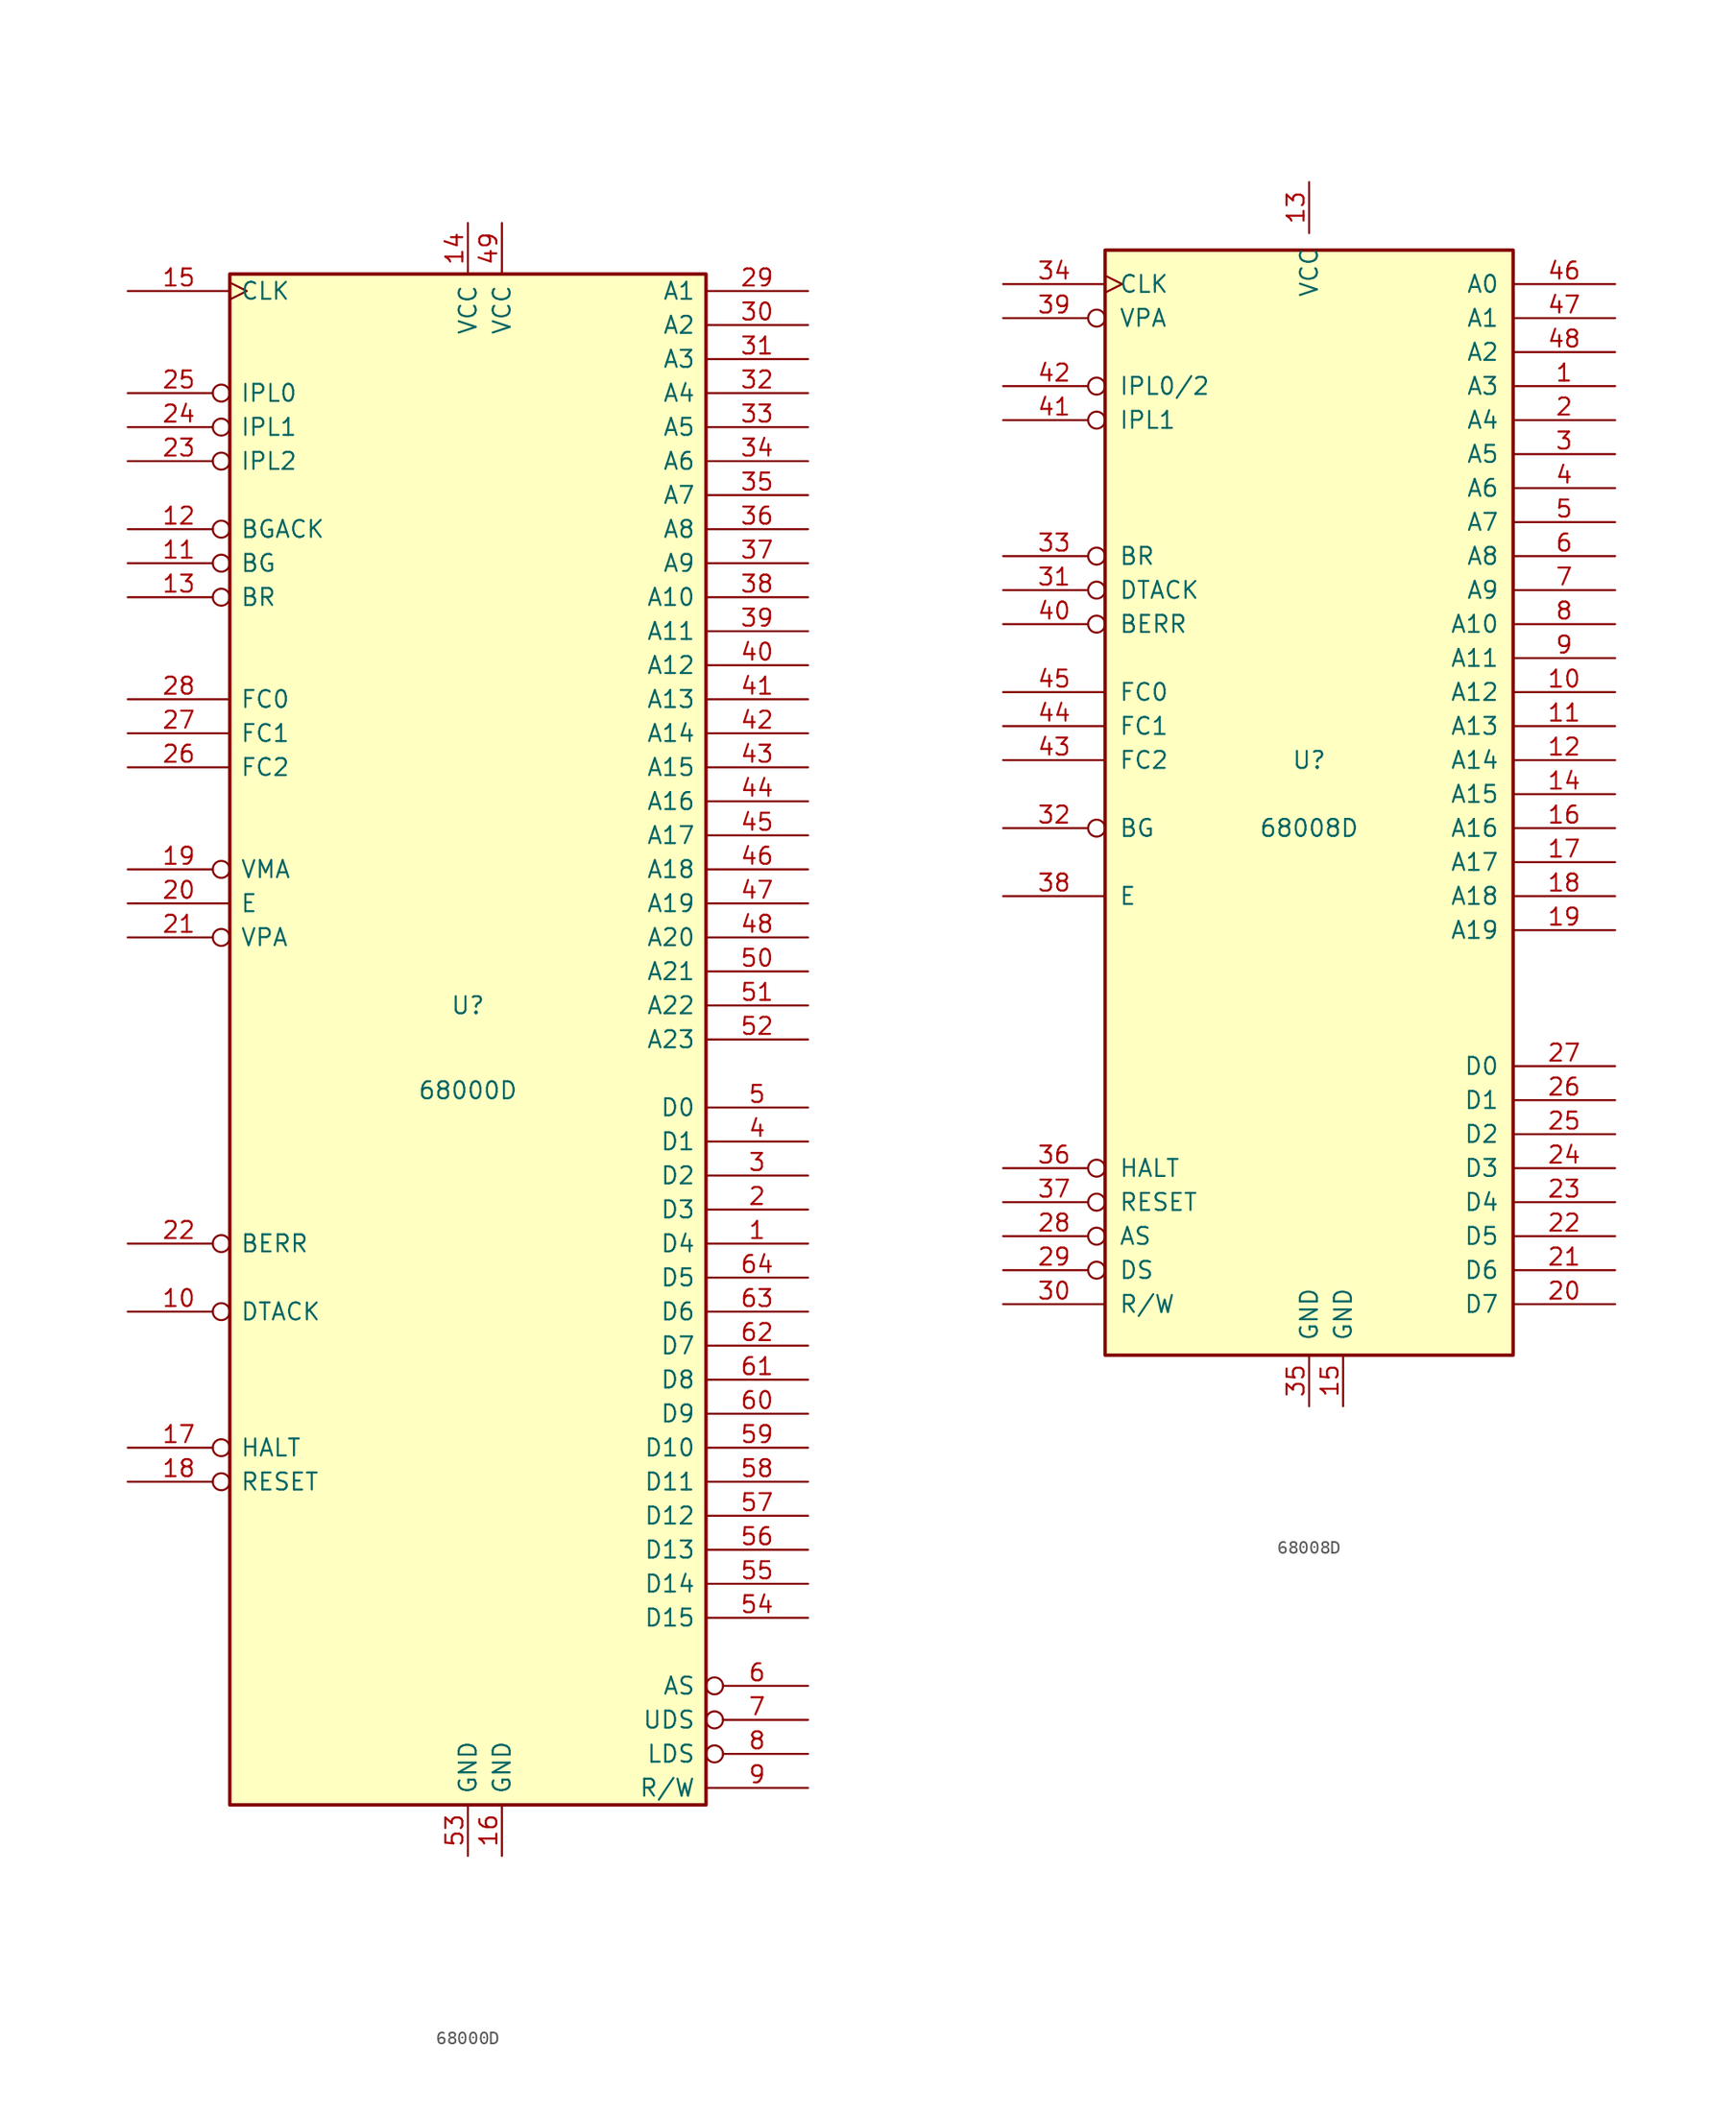
<source format=kicad_sym>
(kicad_symbol_lib
  (version 20201005)
  (generator kicad_symbol_editor)
  (symbol "CPU_NXP_68000:68000D"
    (pin_names
      (offset 0.762))
    (property "Reference" "U"
      (at 0 2.54 0)
      (effects (font (size 1.27 1.27))))
    (property "Value" "68000D"
      (at 0 -3.81 0)
      (effects (font (size 1.27 1.27))))
    (symbol "68000D_0_1"
      (rectangle (start -17.78 57.15) (end 17.78 -57.15) (stroke (width 0.254)) (fill (type background))))
    (symbol "68000D_1_1"
      (pin bidirectional line (at 25.4 -15.24 180) (length 7.62) (name "D4" (effects (font (size 1.27 1.27)))) (number "1" (effects (font (size 1.27 1.27)))))
      (pin input inverted (at -25.4 -20.32 0) (length 7.62) (name "DTACK" (effects (font (size 1.27 1.27)))) (number "10" (effects (font (size 1.27 1.27)))))
      (pin output inverted (at -25.4 35.56 0) (length 7.62) (name "BG" (effects (font (size 1.27 1.27)))) (number "11" (effects (font (size 1.27 1.27)))))
      (pin input inverted (at -25.4 38.1 0) (length 7.62) (name "BGACK" (effects (font (size 1.27 1.27)))) (number "12" (effects (font (size 1.27 1.27)))))
      (pin input inverted (at -25.4 33.02 0) (length 7.62) (name "BR" (effects (font (size 1.27 1.27)))) (number "13" (effects (font (size 1.27 1.27)))))
      (pin power_in line (at 0 60.96 270) (length 3.81) (name "VCC" (effects (font (size 1.27 1.27)))) (number "14" (effects (font (size 1.27 1.27)))))
      (pin input clock (at -25.4 55.88 0) (length 7.62) (name "CLK" (effects (font (size 1.27 1.27)))) (number "15" (effects (font (size 1.27 1.27)))))
      (pin power_in line (at 2.54 -60.96 90) (length 3.81) (name "GND" (effects (font (size 1.27 1.27)))) (number "16" (effects (font (size 1.27 1.27)))))
      (pin bidirectional inverted (at -25.4 -30.48 0) (length 7.62) (name "HALT" (effects (font (size 1.27 1.27)))) (number "17" (effects (font (size 1.27 1.27)))))
      (pin bidirectional inverted (at -25.4 -33.02 0) (length 7.62) (name "RESET" (effects (font (size 1.27 1.27)))) (number "18" (effects (font (size 1.27 1.27)))))
      (pin output inverted (at -25.4 12.7 0) (length 7.62) (name "VMA" (effects (font (size 1.27 1.27)))) (number "19" (effects (font (size 1.27 1.27)))))
      (pin bidirectional line (at 25.4 -12.7 180) (length 7.62) (name "D3" (effects (font (size 1.27 1.27)))) (number "2" (effects (font (size 1.27 1.27)))))
      (pin output line (at -25.4 10.16 0) (length 7.62) (name "E" (effects (font (size 1.27 1.27)))) (number "20" (effects (font (size 1.27 1.27)))))
      (pin input inverted (at -25.4 7.62 0) (length 7.62) (name "VPA" (effects (font (size 1.27 1.27)))) (number "21" (effects (font (size 1.27 1.27)))))
      (pin input inverted (at -25.4 -15.24 0) (length 7.62) (name "BERR" (effects (font (size 1.27 1.27)))) (number "22" (effects (font (size 1.27 1.27)))))
      (pin input inverted (at -25.4 43.18 0) (length 7.62) (name "IPL2" (effects (font (size 1.27 1.27)))) (number "23" (effects (font (size 1.27 1.27)))))
      (pin input inverted (at -25.4 45.72 0) (length 7.62) (name "IPL1" (effects (font (size 1.27 1.27)))) (number "24" (effects (font (size 1.27 1.27)))))
      (pin input inverted (at -25.4 48.26 0) (length 7.62) (name "IPL0" (effects (font (size 1.27 1.27)))) (number "25" (effects (font (size 1.27 1.27)))))
      (pin output line (at -25.4 20.32 0) (length 7.62) (name "FC2" (effects (font (size 1.27 1.27)))) (number "26" (effects (font (size 1.27 1.27)))))
      (pin output line (at -25.4 22.86 0) (length 7.62) (name "FC1" (effects (font (size 1.27 1.27)))) (number "27" (effects (font (size 1.27 1.27)))))
      (pin output line (at -25.4 25.4 0) (length 7.62) (name "FC0" (effects (font (size 1.27 1.27)))) (number "28" (effects (font (size 1.27 1.27)))))
      (pin output line (at 25.4 55.88 180) (length 7.62) (name "A1" (effects (font (size 1.27 1.27)))) (number "29" (effects (font (size 1.27 1.27)))))
      (pin bidirectional line (at 25.4 -10.16 180) (length 7.62) (name "D2" (effects (font (size 1.27 1.27)))) (number "3" (effects (font (size 1.27 1.27)))))
      (pin output line (at 25.4 53.34 180) (length 7.62) (name "A2" (effects (font (size 1.27 1.27)))) (number "30" (effects (font (size 1.27 1.27)))))
      (pin output line (at 25.4 50.8 180) (length 7.62) (name "A3" (effects (font (size 1.27 1.27)))) (number "31" (effects (font (size 1.27 1.27)))))
      (pin output line (at 25.4 48.26 180) (length 7.62) (name "A4" (effects (font (size 1.27 1.27)))) (number "32" (effects (font (size 1.27 1.27)))))
      (pin output line (at 25.4 45.72 180) (length 7.62) (name "A5" (effects (font (size 1.27 1.27)))) (number "33" (effects (font (size 1.27 1.27)))))
      (pin output line (at 25.4 43.18 180) (length 7.62) (name "A6" (effects (font (size 1.27 1.27)))) (number "34" (effects (font (size 1.27 1.27)))))
      (pin output line (at 25.4 40.64 180) (length 7.62) (name "A7" (effects (font (size 1.27 1.27)))) (number "35" (effects (font (size 1.27 1.27)))))
      (pin output line (at 25.4 38.1 180) (length 7.62) (name "A8" (effects (font (size 1.27 1.27)))) (number "36" (effects (font (size 1.27 1.27)))))
      (pin output line (at 25.4 35.56 180) (length 7.62) (name "A9" (effects (font (size 1.27 1.27)))) (number "37" (effects (font (size 1.27 1.27)))))
      (pin output line (at 25.4 33.02 180) (length 7.62) (name "A10" (effects (font (size 1.27 1.27)))) (number "38" (effects (font (size 1.27 1.27)))))
      (pin output line (at 25.4 30.48 180) (length 7.62) (name "A11" (effects (font (size 1.27 1.27)))) (number "39" (effects (font (size 1.27 1.27)))))
      (pin bidirectional line (at 25.4 -7.62 180) (length 7.62) (name "D1" (effects (font (size 1.27 1.27)))) (number "4" (effects (font (size 1.27 1.27)))))
      (pin output line (at 25.4 27.94 180) (length 7.62) (name "A12" (effects (font (size 1.27 1.27)))) (number "40" (effects (font (size 1.27 1.27)))))
      (pin output line (at 25.4 25.4 180) (length 7.62) (name "A13" (effects (font (size 1.27 1.27)))) (number "41" (effects (font (size 1.27 1.27)))))
      (pin output line (at 25.4 22.86 180) (length 7.62) (name "A14" (effects (font (size 1.27 1.27)))) (number "42" (effects (font (size 1.27 1.27)))))
      (pin output line (at 25.4 20.32 180) (length 7.62) (name "A15" (effects (font (size 1.27 1.27)))) (number "43" (effects (font (size 1.27 1.27)))))
      (pin output line (at 25.4 17.78 180) (length 7.62) (name "A16" (effects (font (size 1.27 1.27)))) (number "44" (effects (font (size 1.27 1.27)))))
      (pin output line (at 25.4 15.24 180) (length 7.62) (name "A17" (effects (font (size 1.27 1.27)))) (number "45" (effects (font (size 1.27 1.27)))))
      (pin output line (at 25.4 12.7 180) (length 7.62) (name "A18" (effects (font (size 1.27 1.27)))) (number "46" (effects (font (size 1.27 1.27)))))
      (pin output line (at 25.4 10.16 180) (length 7.62) (name "A19" (effects (font (size 1.27 1.27)))) (number "47" (effects (font (size 1.27 1.27)))))
      (pin output line (at 25.4 7.62 180) (length 7.62) (name "A20" (effects (font (size 1.27 1.27)))) (number "48" (effects (font (size 1.27 1.27)))))
      (pin power_in line (at 2.54 60.96 270) (length 3.81) (name "VCC" (effects (font (size 1.27 1.27)))) (number "49" (effects (font (size 1.27 1.27)))))
      (pin bidirectional line (at 25.4 -5.08 180) (length 7.62) (name "D0" (effects (font (size 1.27 1.27)))) (number "5" (effects (font (size 1.27 1.27)))))
      (pin output line (at 25.4 5.08 180) (length 7.62) (name "A21" (effects (font (size 1.27 1.27)))) (number "50" (effects (font (size 1.27 1.27)))))
      (pin output line (at 25.4 2.54 180) (length 7.62) (name "A22" (effects (font (size 1.27 1.27)))) (number "51" (effects (font (size 1.27 1.27)))))
      (pin output line (at 25.4 0 180) (length 7.62) (name "A23" (effects (font (size 1.27 1.27)))) (number "52" (effects (font (size 1.27 1.27)))))
      (pin power_in line (at 0 -60.96 90) (length 3.81) (name "GND" (effects (font (size 1.27 1.27)))) (number "53" (effects (font (size 1.27 1.27)))))
      (pin bidirectional line (at 25.4 -43.18 180) (length 7.62) (name "D15" (effects (font (size 1.27 1.27)))) (number "54" (effects (font (size 1.27 1.27)))))
      (pin bidirectional line (at 25.4 -40.64 180) (length 7.62) (name "D14" (effects (font (size 1.27 1.27)))) (number "55" (effects (font (size 1.27 1.27)))))
      (pin bidirectional line (at 25.4 -38.1 180) (length 7.62) (name "D13" (effects (font (size 1.27 1.27)))) (number "56" (effects (font (size 1.27 1.27)))))
      (pin bidirectional line (at 25.4 -35.56 180) (length 7.62) (name "D12" (effects (font (size 1.27 1.27)))) (number "57" (effects (font (size 1.27 1.27)))))
      (pin bidirectional line (at 25.4 -33.02 180) (length 7.62) (name "D11" (effects (font (size 1.27 1.27)))) (number "58" (effects (font (size 1.27 1.27)))))
      (pin bidirectional line (at 25.4 -30.48 180) (length 7.62) (name "D10" (effects (font (size 1.27 1.27)))) (number "59" (effects (font (size 1.27 1.27)))))
      (pin output inverted (at 25.4 -48.26 180) (length 7.62) (name "AS" (effects (font (size 1.27 1.27)))) (number "6" (effects (font (size 1.27 1.27)))))
      (pin bidirectional line (at 25.4 -27.94 180) (length 7.62) (name "D9" (effects (font (size 1.27 1.27)))) (number "60" (effects (font (size 1.27 1.27)))))
      (pin bidirectional line (at 25.4 -25.4 180) (length 7.62) (name "D8" (effects (font (size 1.27 1.27)))) (number "61" (effects (font (size 1.27 1.27)))))
      (pin bidirectional line (at 25.4 -22.86 180) (length 7.62) (name "D7" (effects (font (size 1.27 1.27)))) (number "62" (effects (font (size 1.27 1.27)))))
      (pin bidirectional line (at 25.4 -20.32 180) (length 7.62) (name "D6" (effects (font (size 1.27 1.27)))) (number "63" (effects (font (size 1.27 1.27)))))
      (pin bidirectional line (at 25.4 -17.78 180) (length 7.62) (name "D5" (effects (font (size 1.27 1.27)))) (number "64" (effects (font (size 1.27 1.27)))))
      (pin output inverted (at 25.4 -50.8 180) (length 7.62) (name "UDS" (effects (font (size 1.27 1.27)))) (number "7" (effects (font (size 1.27 1.27)))))
      (pin output inverted (at 25.4 -53.34 180) (length 7.62) (name "LDS" (effects (font (size 1.27 1.27)))) (number "8" (effects (font (size 1.27 1.27)))))
      (pin output line (at 25.4 -55.88 180) (length 7.62) (name "R/W" (effects (font (size 1.27 1.27)))) (number "9" (effects (font (size 1.27 1.27)))))))
  (symbol "CPU_NXP_68000:68008D"
    (pin_names
      (offset 1.016))
    (property "Reference" "U"
      (at 0 2.54 0)
      (effects (font (size 1.27 1.27))))
    (property "Value" "68008D"
      (at 0 -2.54 0)
      (effects (font (size 1.27 1.27))))
    (symbol "68008D_0_1"
      (rectangle (start -15.24 -41.91) (end 15.24 40.64) (stroke (width 0.254)) (fill (type background))))
    (symbol "68008D_1_1"
      (pin tri_state line (at 22.86 30.48 180) (length 7.62) (name "A3" (effects (font (size 1.27 1.27)))) (number "1" (effects (font (size 1.27 1.27)))))
      (pin tri_state line (at 22.86 7.62 180) (length 7.62) (name "A12" (effects (font (size 1.27 1.27)))) (number "10" (effects (font (size 1.27 1.27)))))
      (pin tri_state line (at 22.86 5.08 180) (length 7.62) (name "A13" (effects (font (size 1.27 1.27)))) (number "11" (effects (font (size 1.27 1.27)))))
      (pin tri_state line (at 22.86 2.54 180) (length 7.62) (name "A14" (effects (font (size 1.27 1.27)))) (number "12" (effects (font (size 1.27 1.27)))))
      (pin power_in line (at 0 45.72 270) (length 3.81) (name "VCC" (effects (font (size 1.27 1.27)))) (number "13" (effects (font (size 1.27 1.27)))))
      (pin tri_state line (at 22.86 0 180) (length 7.62) (name "A15" (effects (font (size 1.27 1.27)))) (number "14" (effects (font (size 1.27 1.27)))))
      (pin power_in line (at 2.54 -45.72 90) (length 3.81) (name "GND" (effects (font (size 1.27 1.27)))) (number "15" (effects (font (size 1.27 1.27)))))
      (pin tri_state line (at 22.86 -2.54 180) (length 7.62) (name "A16" (effects (font (size 1.27 1.27)))) (number "16" (effects (font (size 1.27 1.27)))))
      (pin tri_state line (at 22.86 -5.08 180) (length 7.62) (name "A17" (effects (font (size 1.27 1.27)))) (number "17" (effects (font (size 1.27 1.27)))))
      (pin tri_state line (at 22.86 -7.62 180) (length 7.62) (name "A18" (effects (font (size 1.27 1.27)))) (number "18" (effects (font (size 1.27 1.27)))))
      (pin tri_state line (at 22.86 -10.16 180) (length 7.62) (name "A19" (effects (font (size 1.27 1.27)))) (number "19" (effects (font (size 1.27 1.27)))))
      (pin tri_state line (at 22.86 27.94 180) (length 7.62) (name "A4" (effects (font (size 1.27 1.27)))) (number "2" (effects (font (size 1.27 1.27)))))
      (pin tri_state line (at 22.86 -38.1 180) (length 7.62) (name "D7" (effects (font (size 1.27 1.27)))) (number "20" (effects (font (size 1.27 1.27)))))
      (pin tri_state line (at 22.86 -35.56 180) (length 7.62) (name "D6" (effects (font (size 1.27 1.27)))) (number "21" (effects (font (size 1.27 1.27)))))
      (pin tri_state line (at 22.86 -33.02 180) (length 7.62) (name "D5" (effects (font (size 1.27 1.27)))) (number "22" (effects (font (size 1.27 1.27)))))
      (pin tri_state line (at 22.86 -30.48 180) (length 7.62) (name "D4" (effects (font (size 1.27 1.27)))) (number "23" (effects (font (size 1.27 1.27)))))
      (pin tri_state line (at 22.86 -27.94 180) (length 7.62) (name "D3" (effects (font (size 1.27 1.27)))) (number "24" (effects (font (size 1.27 1.27)))))
      (pin tri_state line (at 22.86 -25.4 180) (length 7.62) (name "D2" (effects (font (size 1.27 1.27)))) (number "25" (effects (font (size 1.27 1.27)))))
      (pin tri_state line (at 22.86 -22.86 180) (length 7.62) (name "D1" (effects (font (size 1.27 1.27)))) (number "26" (effects (font (size 1.27 1.27)))))
      (pin tri_state line (at 22.86 -20.32 180) (length 7.62) (name "D0" (effects (font (size 1.27 1.27)))) (number "27" (effects (font (size 1.27 1.27)))))
      (pin tri_state inverted (at -22.86 -33.02 0) (length 7.62) (name "AS" (effects (font (size 1.27 1.27)))) (number "28" (effects (font (size 1.27 1.27)))))
      (pin tri_state inverted (at -22.86 -35.56 0) (length 7.62) (name "DS" (effects (font (size 1.27 1.27)))) (number "29" (effects (font (size 1.27 1.27)))))
      (pin tri_state line (at 22.86 25.4 180) (length 7.62) (name "A5" (effects (font (size 1.27 1.27)))) (number "3" (effects (font (size 1.27 1.27)))))
      (pin tri_state line (at -22.86 -38.1 0) (length 7.62) (name "R/W" (effects (font (size 1.27 1.27)))) (number "30" (effects (font (size 1.27 1.27)))))
      (pin input inverted (at -22.86 15.24 0) (length 7.62) (name "DTACK" (effects (font (size 1.27 1.27)))) (number "31" (effects (font (size 1.27 1.27)))))
      (pin output inverted (at -22.86 -2.54 0) (length 7.62) (name "BG" (effects (font (size 1.27 1.27)))) (number "32" (effects (font (size 1.27 1.27)))))
      (pin input inverted (at -22.86 17.78 0) (length 7.62) (name "BR" (effects (font (size 1.27 1.27)))) (number "33" (effects (font (size 1.27 1.27)))))
      (pin input clock (at -22.86 38.1 0) (length 7.62) (name "CLK" (effects (font (size 1.27 1.27)))) (number "34" (effects (font (size 1.27 1.27)))))
      (pin power_in line (at 0 -45.72 90) (length 3.81) (name "GND" (effects (font (size 1.27 1.27)))) (number "35" (effects (font (size 1.27 1.27)))))
      (pin bidirectional inverted (at -22.86 -27.94 0) (length 7.62) (name "HALT" (effects (font (size 1.27 1.27)))) (number "36" (effects (font (size 1.27 1.27)))))
      (pin bidirectional inverted (at -22.86 -30.48 0) (length 7.62) (name "RESET" (effects (font (size 1.27 1.27)))) (number "37" (effects (font (size 1.27 1.27)))))
      (pin output line (at -22.86 -7.62 0) (length 7.62) (name "E" (effects (font (size 1.27 1.27)))) (number "38" (effects (font (size 1.27 1.27)))))
      (pin input inverted (at -22.86 35.56 0) (length 7.62) (name "VPA" (effects (font (size 1.27 1.27)))) (number "39" (effects (font (size 1.27 1.27)))))
      (pin tri_state line (at 22.86 22.86 180) (length 7.62) (name "A6" (effects (font (size 1.27 1.27)))) (number "4" (effects (font (size 1.27 1.27)))))
      (pin input inverted (at -22.86 12.7 0) (length 7.62) (name "BERR" (effects (font (size 1.27 1.27)))) (number "40" (effects (font (size 1.27 1.27)))))
      (pin input inverted (at -22.86 27.94 0) (length 7.62) (name "IPL1" (effects (font (size 1.27 1.27)))) (number "41" (effects (font (size 1.27 1.27)))))
      (pin input inverted (at -22.86 30.48 0) (length 7.62) (name "IPL0/2" (effects (font (size 1.27 1.27)))) (number "42" (effects (font (size 1.27 1.27)))))
      (pin output line (at -22.86 2.54 0) (length 7.62) (name "FC2" (effects (font (size 1.27 1.27)))) (number "43" (effects (font (size 1.27 1.27)))))
      (pin output line (at -22.86 5.08 0) (length 7.62) (name "FC1" (effects (font (size 1.27 1.27)))) (number "44" (effects (font (size 1.27 1.27)))))
      (pin output line (at -22.86 7.62 0) (length 7.62) (name "FC0" (effects (font (size 1.27 1.27)))) (number "45" (effects (font (size 1.27 1.27)))))
      (pin tri_state line (at 22.86 38.1 180) (length 7.62) (name "A0" (effects (font (size 1.27 1.27)))) (number "46" (effects (font (size 1.27 1.27)))))
      (pin tri_state line (at 22.86 35.56 180) (length 7.62) (name "A1" (effects (font (size 1.27 1.27)))) (number "47" (effects (font (size 1.27 1.27)))))
      (pin tri_state line (at 22.86 33.02 180) (length 7.62) (name "A2" (effects (font (size 1.27 1.27)))) (number "48" (effects (font (size 1.27 1.27)))))
      (pin tri_state line (at 22.86 20.32 180) (length 7.62) (name "A7" (effects (font (size 1.27 1.27)))) (number "5" (effects (font (size 1.27 1.27)))))
      (pin tri_state line (at 22.86 17.78 180) (length 7.62) (name "A8" (effects (font (size 1.27 1.27)))) (number "6" (effects (font (size 1.27 1.27)))))
      (pin tri_state line (at 22.86 15.24 180) (length 7.62) (name "A9" (effects (font (size 1.27 1.27)))) (number "7" (effects (font (size 1.27 1.27)))))
      (pin tri_state line (at 22.86 12.7 180) (length 7.62) (name "A10" (effects (font (size 1.27 1.27)))) (number "8" (effects (font (size 1.27 1.27)))))
      (pin tri_state line (at 22.86 10.16 180) (length 7.62) (name "A11" (effects (font (size 1.27 1.27)))) (number "9" (effects (font (size 1.27 1.27))))))))
</source>
